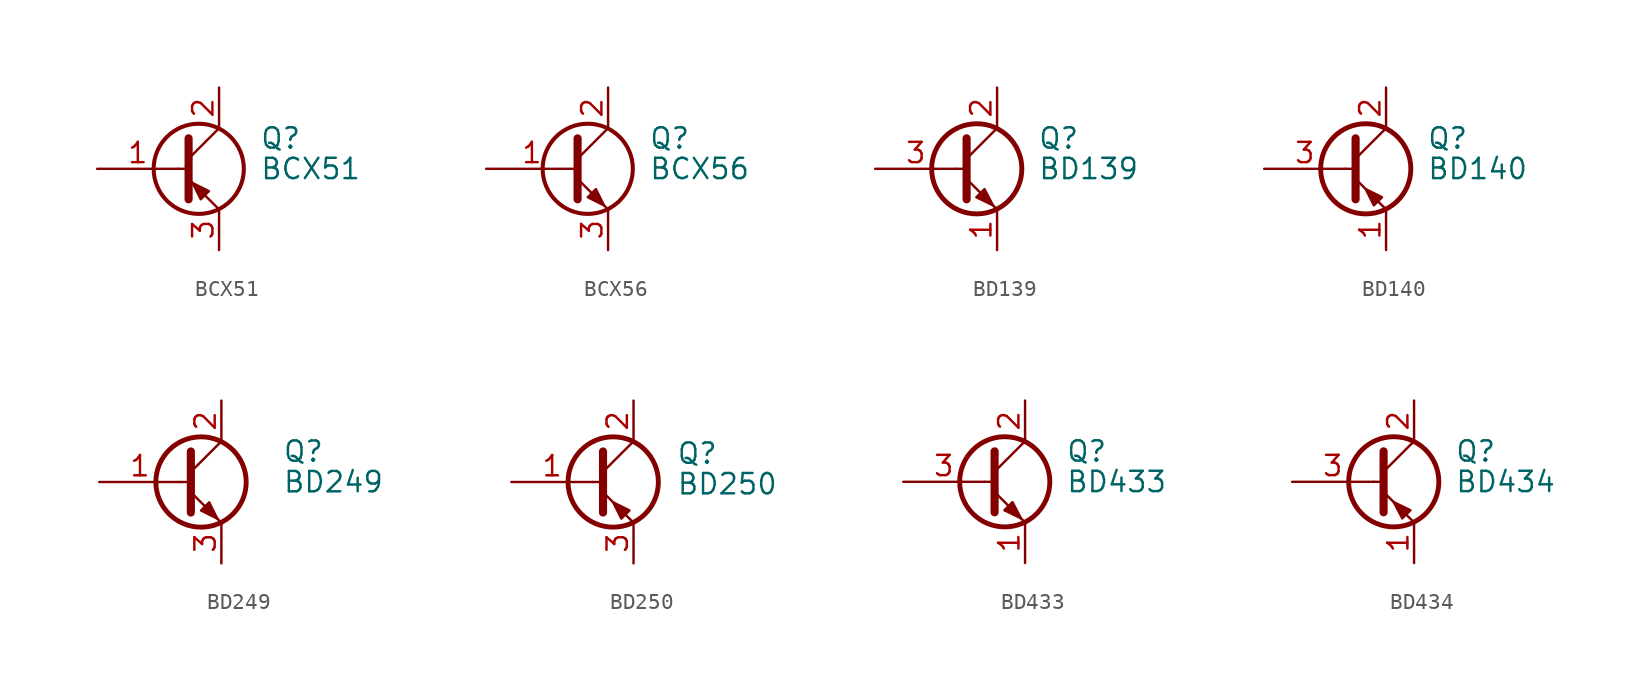
<source format=kicad_sym>
(kicad_symbol_lib
  (version 20201005)
  (generator kicad_symbol_editor)
  (symbol "Transistor_BJT:BCX51"
    (pin_names
      (offset 0) hide)
    (property "Reference" "Q"
      (at 5.08 1.905 0)
      (effects (font (size 1.27 1.27)) (justify left)))
    (property "Value" "BCX51"
      (at 5.08 0 0)
      (effects (font (size 1.27 1.27)) (justify left)))
    (symbol "BCX51_0_1"
      (circle (center 1.27 0) (radius 2.819) (stroke (width 0.254)) (fill (type none)))
      (polyline (pts (xy 0 0) (xy 0.635 0)) (stroke (width 0)) (fill (type none)))
      (polyline (pts (xy 2.54 -2.54) (xy 0.635 -0.635)) (stroke (width 0)) (fill (type none)))
      (polyline (pts (xy 2.54 2.54) (xy 0.635 0.635)) (stroke (width 0)) (fill (type none)))
      (polyline (pts (xy 0.635 1.905) (xy 0.635 -1.905) (xy 0.635 -1.905)) (stroke (width 0.508)) (fill (type outline)))
      (polyline (pts (xy 1.397 -1.905) (xy 1.905 -1.397) (xy 0.889 -0.889) (xy 1.397 -1.905) (xy 1.397 -1.905)) (stroke (width 0)) (fill (type outline))))
    (symbol "BCX51_1_1"
      (pin input line (at -5.08 0 0) (length 5.08) (name "B" (effects (font (size 1.27 1.27)))) (number "1" (effects (font (size 1.27 1.27)))))
      (pin passive line (at 2.54 5.08 270) (length 2.54) (name "C" (effects (font (size 1.27 1.27)))) (number "2" (effects (font (size 1.27 1.27)))))
      (pin passive line (at 2.54 -5.08 90) (length 2.54) (name "E" (effects (font (size 1.27 1.27)))) (number "3" (effects (font (size 1.27 1.27)))))))
  (symbol "Transistor_BJT:BCX56"
    (pin_names
      (offset 0) hide)
    (property "Reference" "Q"
      (at 5.08 1.905 0)
      (effects (font (size 1.27 1.27)) (justify left)))
    (property "Value" "BCX56"
      (at 5.08 0 0)
      (effects (font (size 1.27 1.27)) (justify left)))
    (symbol "BCX56_0_1"
      (circle (center 1.27 0) (radius 2.819) (stroke (width 0.254)) (fill (type none)))
      (polyline (pts (xy 0.635 0.635) (xy 2.54 2.54)) (stroke (width 0)) (fill (type none)))
      (polyline (pts (xy 0.635 -0.635) (xy 2.54 -2.54) (xy 2.54 -2.54)) (stroke (width 0)) (fill (type none)))
      (polyline (pts (xy 0.635 1.905) (xy 0.635 -1.905) (xy 0.635 -1.905)) (stroke (width 0.508)) (fill (type none)))
      (polyline (pts (xy 1.27 -1.778) (xy 1.778 -1.27) (xy 2.286 -2.286) (xy 1.27 -1.778) (xy 1.27 -1.778)) (stroke (width 0)) (fill (type outline))))
    (symbol "BCX56_1_1"
      (pin input line (at -5.08 0 0) (length 5.715) (name "B" (effects (font (size 1.27 1.27)))) (number "1" (effects (font (size 1.27 1.27)))))
      (pin passive line (at 2.54 5.08 270) (length 2.54) (name "C" (effects (font (size 1.27 1.27)))) (number "2" (effects (font (size 1.27 1.27)))))
      (pin passive line (at 2.54 -5.08 90) (length 2.54) (name "E" (effects (font (size 1.27 1.27)))) (number "3" (effects (font (size 1.27 1.27)))))))
  (symbol "Transistor_BJT:BD139"
    (pin_names
      (offset 0) hide)
    (property "Reference" "Q"
      (at 5.08 1.905 0)
      (effects (font (size 1.27 1.27)) (justify left)))
    (property "Value" "BD139"
      (at 5.08 0 0)
      (effects (font (size 1.27 1.27)) (justify left)))
    (symbol "BD139_0_1"
      (circle (center 1.27 0) (radius 2.819) (stroke (width 0.305)) (fill (type none)))
      (polyline (pts (xy 0 0) (xy 0.635 0)) (stroke (width 0)) (fill (type none)))
      (polyline (pts (xy 2.54 -2.54) (xy 0.635 -0.635)) (stroke (width 0)) (fill (type none)))
      (polyline (pts (xy 2.54 2.54) (xy 0.635 0.635)) (stroke (width 0)) (fill (type none)))
      (polyline (pts (xy 0.635 1.905) (xy 0.635 -1.905) (xy 0.635 -1.905)) (stroke (width 0.508)) (fill (type outline)))
      (polyline (pts (xy 1.245 -1.778) (xy 1.753 -1.27) (xy 2.286 -2.286) (xy 1.245 -1.778) (xy 1.245 -1.778)) (stroke (width 0)) (fill (type outline))))
    (symbol "BD139_1_1"
      (pin passive line (at 2.54 -5.08 90) (length 2.54) (name "E" (effects (font (size 1.27 1.27)))) (number "1" (effects (font (size 1.27 1.27)))))
      (pin passive line (at 2.54 5.08 270) (length 2.54) (name "C" (effects (font (size 1.27 1.27)))) (number "2" (effects (font (size 1.27 1.27)))))
      (pin input line (at -5.08 0 0) (length 5.08) (name "B" (effects (font (size 1.27 1.27)))) (number "3" (effects (font (size 1.27 1.27)))))))
  (symbol "Transistor_BJT:BD140"
    (pin_names
      (offset 0) hide)
    (property "Reference" "Q"
      (at 5.08 1.905 0)
      (effects (font (size 1.27 1.27)) (justify left)))
    (property "Value" "BD140"
      (at 5.08 0 0)
      (effects (font (size 1.27 1.27)) (justify left)))
    (symbol "BD140_0_1"
      (circle (center 1.27 0) (radius 2.819) (stroke (width 0.305)) (fill (type none)))
      (polyline (pts (xy 0 0) (xy 0.635 0)) (stroke (width 0)) (fill (type none)))
      (polyline (pts (xy 2.54 -2.54) (xy 0.635 -0.635)) (stroke (width 0)) (fill (type none)))
      (polyline (pts (xy 2.54 2.54) (xy 0.635 0.635)) (stroke (width 0)) (fill (type none)))
      (polyline (pts (xy 0.635 1.905) (xy 0.635 -1.905) (xy 0.635 -1.905)) (stroke (width 0.508)) (fill (type outline)))
      (polyline (pts (xy 1.778 -2.286) (xy 2.286 -1.778) (xy 1.27 -1.27) (xy 1.778 -2.286) (xy 1.778 -2.286)) (stroke (width 0)) (fill (type outline))))
    (symbol "BD140_1_1"
      (pin passive line (at 2.54 -5.08 90) (length 2.54) (name "E" (effects (font (size 1.27 1.27)))) (number "1" (effects (font (size 1.27 1.27)))))
      (pin passive line (at 2.54 5.08 270) (length 2.54) (name "C" (effects (font (size 1.27 1.27)))) (number "2" (effects (font (size 1.27 1.27)))))
      (pin input line (at -5.08 0 0) (length 5.08) (name "B" (effects (font (size 1.27 1.27)))) (number "3" (effects (font (size 1.27 1.27)))))))
  (symbol "Transistor_BJT:BD249"
    (pin_names
      (offset 0) hide)
    (property "Reference" "Q"
      (at 6.35 1.905 0)
      (effects (font (size 1.27 1.27)) (justify left)))
    (property "Value" "BD249"
      (at 6.35 0 0)
      (effects (font (size 1.27 1.27)) (justify left)))
    (symbol "BD249_0_1"
      (circle (center 1.27 0) (radius 2.819) (stroke (width 0.305)) (fill (type none)))
      (polyline (pts (xy 0 0) (xy 0.635 0)) (stroke (width 0)) (fill (type none)))
      (polyline (pts (xy 2.54 2.54) (xy 0.635 0.635)) (stroke (width 0)) (fill (type none)))
      (polyline (pts (xy 0.635 1.905) (xy 0.635 -1.905) (xy 0.635 -1.905)) (stroke (width 0.508)) (fill (type none)))
      (polyline (pts (xy 2.286 -2.286) (xy 1.778 -1.778) (xy 1.778 -1.778)) (stroke (width 0)) (fill (type none)))
      (polyline (pts (xy 2.54 -2.54) (xy 0.635 -0.635) (xy 1.27 -1.27)) (stroke (width 0)) (fill (type outline)))
      (polyline (pts (xy 1.27 -1.778) (xy 1.778 -1.27) (xy 2.286 -2.286) (xy 1.27 -1.778) (xy 1.27 -1.778)) (stroke (width 0)) (fill (type outline))))
    (symbol "BD249_1_1"
      (pin input line (at -5.08 0 0) (length 5.08) (name "B" (effects (font (size 1.27 1.27)))) (number "1" (effects (font (size 1.27 1.27)))))
      (pin passive line (at 2.54 5.08 270) (length 2.54) (name "C" (effects (font (size 1.27 1.27)))) (number "2" (effects (font (size 1.27 1.27)))))
      (pin passive line (at 2.54 -5.08 90) (length 2.54) (name "E" (effects (font (size 1.27 1.27)))) (number "3" (effects (font (size 1.27 1.27)))))))
  (symbol "Transistor_BJT:BD250"
    (pin_names
      (offset 0) hide)
    (property "Reference" "Q"
      (at 5.207 1.778 0)
      (effects (font (size 1.27 1.27)) (justify left)))
    (property "Value" "BD250"
      (at 5.207 -0.127 0)
      (effects (font (size 1.27 1.27)) (justify left)))
    (symbol "BD250_0_1"
      (circle (center 1.27 0) (radius 2.819) (stroke (width 0.305)) (fill (type none)))
      (polyline (pts (xy 0 0) (xy 0.635 0)) (stroke (width 0)) (fill (type none)))
      (polyline (pts (xy 2.54 2.54) (xy 0.635 0.635)) (stroke (width 0)) (fill (type none)))
      (polyline (pts (xy 0.635 -0.635) (xy 2.54 -2.54) (xy 2.54 -2.54)) (stroke (width 0)) (fill (type none)))
      (polyline (pts (xy 0.635 1.905) (xy 0.635 -1.905) (xy 0.635 -1.905)) (stroke (width 0.508)) (fill (type none)))
      (polyline (pts (xy 1.778 -2.286) (xy 2.286 -1.778) (xy 1.27 -1.27) (xy 1.778 -2.286) (xy 1.778 -2.286)) (stroke (width 0)) (fill (type outline))))
    (symbol "BD250_1_1"
      (pin input line (at -5.08 0 0) (length 5.08) (name "B" (effects (font (size 1.27 1.27)))) (number "1" (effects (font (size 1.27 1.27)))))
      (pin passive line (at 2.54 5.08 270) (length 2.54) (name "C" (effects (font (size 1.27 1.27)))) (number "2" (effects (font (size 1.27 1.27)))))
      (pin passive line (at 2.54 -5.08 90) (length 2.54) (name "E" (effects (font (size 1.27 1.27)))) (number "3" (effects (font (size 1.27 1.27)))))))
  (symbol "Transistor_BJT:BD433"
    (pin_names
      (offset 0) hide)
    (property "Reference" "Q"
      (at 5.08 1.905 0)
      (effects (font (size 1.27 1.27)) (justify left)))
    (property "Value" "BD433"
      (at 5.08 0 0)
      (effects (font (size 1.27 1.27)) (justify left)))
    (symbol "BD433_0_1"
      (circle (center 1.27 0) (radius 2.819) (stroke (width 0.305)) (fill (type none)))
      (polyline (pts (xy 0 0) (xy 0.635 0)) (stroke (width 0)) (fill (type none)))
      (polyline (pts (xy 2.54 -2.54) (xy 0.635 -0.635)) (stroke (width 0)) (fill (type none)))
      (polyline (pts (xy 2.54 2.54) (xy 0.635 0.635)) (stroke (width 0)) (fill (type none)))
      (polyline (pts (xy 0.635 1.905) (xy 0.635 -1.905) (xy 0.635 -1.905)) (stroke (width 0.508)) (fill (type outline)))
      (polyline (pts (xy 1.245 -1.778) (xy 1.753 -1.27) (xy 2.286 -2.286) (xy 1.245 -1.778) (xy 1.245 -1.778)) (stroke (width 0)) (fill (type outline))))
    (symbol "BD433_1_1"
      (pin passive line (at 2.54 -5.08 90) (length 2.54) (name "E" (effects (font (size 1.27 1.27)))) (number "1" (effects (font (size 1.27 1.27)))))
      (pin passive line (at 2.54 5.08 270) (length 2.54) (name "C" (effects (font (size 1.27 1.27)))) (number "2" (effects (font (size 1.27 1.27)))))
      (pin input line (at -5.08 0 0) (length 5.08) (name "B" (effects (font (size 1.27 1.27)))) (number "3" (effects (font (size 1.27 1.27)))))))
  (symbol "Transistor_BJT:BD434"
    (pin_names
      (offset 0) hide)
    (property "Reference" "Q"
      (at 5.08 1.905 0)
      (effects (font (size 1.27 1.27)) (justify left)))
    (property "Value" "BD434"
      (at 5.08 0 0)
      (effects (font (size 1.27 1.27)) (justify left)))
    (symbol "BD434_0_1"
      (circle (center 1.27 0) (radius 2.819) (stroke (width 0.305)) (fill (type none)))
      (polyline (pts (xy 0 0) (xy 0.635 0)) (stroke (width 0)) (fill (type none)))
      (polyline (pts (xy 2.54 -2.54) (xy 0.635 -0.635)) (stroke (width 0)) (fill (type none)))
      (polyline (pts (xy 2.54 2.54) (xy 0.635 0.635)) (stroke (width 0)) (fill (type none)))
      (polyline (pts (xy 0.635 1.905) (xy 0.635 -1.905) (xy 0.635 -1.905)) (stroke (width 0.508)) (fill (type outline)))
      (polyline (pts (xy 2.311 -1.778) (xy 1.803 -2.286) (xy 1.27 -1.27) (xy 2.311 -1.778) (xy 2.311 -1.778)) (stroke (width 0)) (fill (type outline))))
    (symbol "BD434_1_1"
      (pin passive line (at 2.54 -5.08 90) (length 2.54) (name "E" (effects (font (size 1.27 1.27)))) (number "1" (effects (font (size 1.27 1.27)))))
      (pin passive line (at 2.54 5.08 270) (length 2.54) (name "C" (effects (font (size 1.27 1.27)))) (number "2" (effects (font (size 1.27 1.27)))))
      (pin input line (at -5.08 0 0) (length 5.08) (name "B" (effects (font (size 1.27 1.27)))) (number "3" (effects (font (size 1.27 1.27))))))))
</source>
